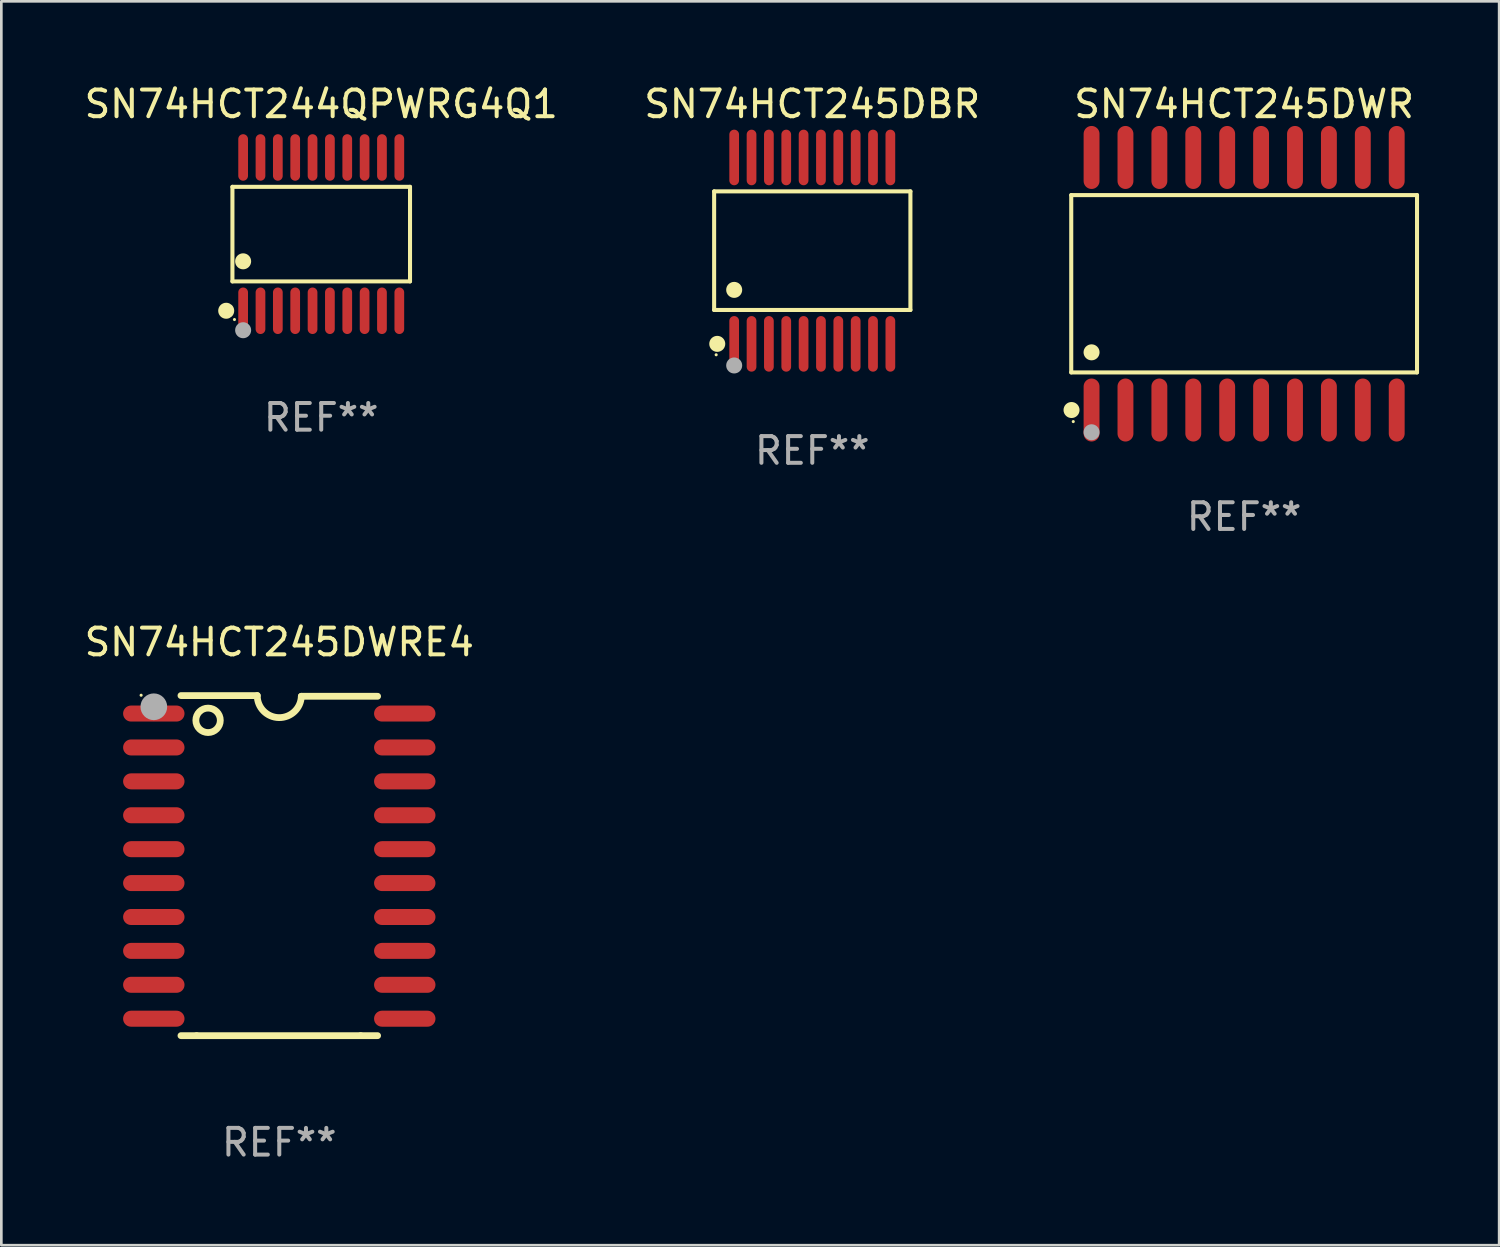
<source format=kicad_pcb>
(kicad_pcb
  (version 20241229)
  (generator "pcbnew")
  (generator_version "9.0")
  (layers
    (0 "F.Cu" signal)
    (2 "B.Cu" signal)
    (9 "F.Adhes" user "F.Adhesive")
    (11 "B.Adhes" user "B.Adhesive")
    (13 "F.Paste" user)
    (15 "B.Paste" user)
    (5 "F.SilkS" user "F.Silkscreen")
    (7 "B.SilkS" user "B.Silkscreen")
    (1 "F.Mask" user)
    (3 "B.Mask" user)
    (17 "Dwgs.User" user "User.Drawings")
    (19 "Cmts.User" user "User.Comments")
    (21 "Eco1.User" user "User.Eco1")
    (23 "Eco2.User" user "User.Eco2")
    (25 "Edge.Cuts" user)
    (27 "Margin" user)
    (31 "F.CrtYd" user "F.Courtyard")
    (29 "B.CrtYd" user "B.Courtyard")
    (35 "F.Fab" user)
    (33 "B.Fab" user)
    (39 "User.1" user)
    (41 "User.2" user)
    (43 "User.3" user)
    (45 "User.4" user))
  (footprint "SN74HCT245DBR"
    (layer "F.Cu")
    (at 27.375 6.339)
    (property "Reference" "SN74HCT245DBR" (at 0 -5.491 0) (layer "F.SilkS") (effects (font (size 1 1) (thickness 0.15))))
    (attr through_hole)
    (fp_line (start -3.676 -2.221) (end 3.676 -2.221) (stroke (width 0.152) (type solid)) (layer "F.SilkS"))
    (fp_line (start -3.676 2.221) (end -3.676 -2.221) (stroke (width 0.152) (type solid)) (layer "F.SilkS"))
    (fp_line (start 3.676 -2.221) (end 3.676 2.221) (stroke (width 0.152) (type solid)) (layer "F.SilkS"))
    (fp_line (start 3.676 2.221) (end -3.676 2.221) (stroke (width 0.152) (type solid)) (layer "F.SilkS"))
    (fp_circle (center -3.6 3.9) (end -3.57 3.9) (stroke (width 0.06) (type solid)) (fill no) (layer "F.SilkS"))
    (fp_circle (center -3.559 3.491) (end -3.409 3.491) (stroke (width 0.3) (type solid)) (fill no) (layer "F.SilkS"))
    (fp_circle (center -2.925 1.469) (end -2.775 1.469) (stroke (width 0.3) (type solid)) (fill no) (layer "F.SilkS"))
    (fp_circle (center -2.925 4.3) (end -2.775 4.3) (stroke (width 0.3) (type solid)) (fill no) (layer "F.Fab"))
    (fp_text user "REF**" (at 0 7.491 0) (layer "F.Fab") (effects (font (size 1 1) (thickness 0.15))))
    (pad "1" smd oval (at -2.925 3.491) (size 0.364 2.082) (layers "F.Cu" "F.Mask" "F.Paste"))
    (pad "2" smd oval (at -2.275 3.491) (size 0.364 2.082) (layers "F.Cu" "F.Mask" "F.Paste"))
    (pad "3" smd oval (at -1.625 3.491) (size 0.364 2.082) (layers "F.Cu" "F.Mask" "F.Paste"))
    (pad "4" smd oval (at -0.975 3.491) (size 0.364 2.082) (layers "F.Cu" "F.Mask" "F.Paste"))
    (pad "5" smd oval (at -0.325 3.491) (size 0.364 2.082) (layers "F.Cu" "F.Mask" "F.Paste"))
    (pad "6" smd oval (at 0.325 3.491) (size 0.364 2.082) (layers "F.Cu" "F.Mask" "F.Paste"))
    (pad "7" smd oval (at 0.975 3.491) (size 0.364 2.082) (layers "F.Cu" "F.Mask" "F.Paste"))
    (pad "8" smd oval (at 1.625 3.491) (size 0.364 2.082) (layers "F.Cu" "F.Mask" "F.Paste"))
    (pad "9" smd oval (at 2.275 3.491) (size 0.364 2.082) (layers "F.Cu" "F.Mask" "F.Paste"))
    (pad "10" smd oval (at 2.925 3.491) (size 0.364 2.082) (layers "F.Cu" "F.Mask" "F.Paste"))
    (pad "11" smd oval (at 2.925 -3.491) (size 0.364 2.082) (layers "F.Cu" "F.Mask" "F.Paste"))
    (pad "12" smd oval (at 2.275 -3.491) (size 0.364 2.082) (layers "F.Cu" "F.Mask" "F.Paste"))
    (pad "13" smd oval (at 1.625 -3.491) (size 0.364 2.082) (layers "F.Cu" "F.Mask" "F.Paste"))
    (pad "14" smd oval (at 0.975 -3.491) (size 0.364 2.082) (layers "F.Cu" "F.Mask" "F.Paste"))
    (pad "15" smd oval (at 0.325 -3.491) (size 0.364 2.082) (layers "F.Cu" "F.Mask" "F.Paste"))
    (pad "16" smd oval (at -0.325 -3.491) (size 0.364 2.082) (layers "F.Cu" "F.Mask" "F.Paste"))
    (pad "17" smd oval (at -0.975 -3.491) (size 0.364 2.082) (layers "F.Cu" "F.Mask" "F.Paste"))
    (pad "18" smd oval (at -1.625 -3.491) (size 0.364 2.082) (layers "F.Cu" "F.Mask" "F.Paste"))
    (pad "19" smd oval (at -2.275 -3.491) (size 0.364 2.082) (layers "F.Cu" "F.Mask" "F.Paste"))
    (pad "20" smd oval (at -2.925 -3.491) (size 0.364 2.082) (layers "F.Cu" "F.Mask" "F.Paste")))
  (footprint "SN74HCT244QPWRG4Q1"
    (layer "F.Cu")
    (at 8.982 5.719)
    (property "Reference" "SN74HCT244QPWRG4Q1" (at 0 -4.871 0) (layer "F.SilkS") (effects (font (size 1 1) (thickness 0.15))))
    (attr through_hole)
    (fp_line (start -3.326 -1.771) (end 3.326 -1.771) (stroke (width 0.152) (type solid)) (layer "F.SilkS"))
    (fp_line (start -3.326 1.771) (end -3.326 -1.771) (stroke (width 0.152) (type solid)) (layer "F.SilkS"))
    (fp_line (start 3.326 -1.771) (end 3.326 1.771) (stroke (width 0.152) (type solid)) (layer "F.SilkS"))
    (fp_line (start 3.326 1.771) (end -3.326 1.771) (stroke (width 0.152) (type solid)) (layer "F.SilkS"))
    (fp_circle (center -3.559 2.871) (end -3.409 2.871) (stroke (width 0.3) (type solid)) (fill no) (layer "F.SilkS"))
    (fp_circle (center -3.25 3.2) (end -3.22 3.2) (stroke (width 0.06) (type solid)) (fill no) (layer "F.SilkS"))
    (fp_circle (center -2.925 1.019) (end -2.775 1.019) (stroke (width 0.3) (type solid)) (fill no) (layer "F.SilkS"))
    (fp_circle (center -2.925 3.6) (end -2.775 3.6) (stroke (width 0.3) (type solid)) (fill no) (layer "F.Fab"))
    (fp_text user "REF**" (at 0 6.871 0) (layer "F.Fab") (effects (font (size 1 1) (thickness 0.15))))
    (pad "1" smd oval (at -2.925 2.871) (size 0.364 1.742) (layers "F.Cu" "F.Mask" "F.Paste"))
    (pad "2" smd oval (at -2.275 2.871) (size 0.364 1.742) (layers "F.Cu" "F.Mask" "F.Paste"))
    (pad "3" smd oval (at -1.625 2.871) (size 0.364 1.742) (layers "F.Cu" "F.Mask" "F.Paste"))
    (pad "4" smd oval (at -0.975 2.871) (size 0.364 1.742) (layers "F.Cu" "F.Mask" "F.Paste"))
    (pad "5" smd oval (at -0.325 2.871) (size 0.364 1.742) (layers "F.Cu" "F.Mask" "F.Paste"))
    (pad "6" smd oval (at 0.325 2.871) (size 0.364 1.742) (layers "F.Cu" "F.Mask" "F.Paste"))
    (pad "7" smd oval (at 0.975 2.871) (size 0.364 1.742) (layers "F.Cu" "F.Mask" "F.Paste"))
    (pad "8" smd oval (at 1.625 2.871) (size 0.364 1.742) (layers "F.Cu" "F.Mask" "F.Paste"))
    (pad "9" smd oval (at 2.275 2.871) (size 0.364 1.742) (layers "F.Cu" "F.Mask" "F.Paste"))
    (pad "10" smd oval (at 2.925 2.871) (size 0.364 1.742) (layers "F.Cu" "F.Mask" "F.Paste"))
    (pad "11" smd oval (at 2.925 -2.871) (size 0.364 1.742) (layers "F.Cu" "F.Mask" "F.Paste"))
    (pad "12" smd oval (at 2.275 -2.871) (size 0.364 1.742) (layers "F.Cu" "F.Mask" "F.Paste"))
    (pad "13" smd oval (at 1.625 -2.871) (size 0.364 1.742) (layers "F.Cu" "F.Mask" "F.Paste"))
    (pad "14" smd oval (at 0.975 -2.871) (size 0.364 1.742) (layers "F.Cu" "F.Mask" "F.Paste"))
    (pad "15" smd oval (at 0.325 -2.871) (size 0.364 1.742) (layers "F.Cu" "F.Mask" "F.Paste"))
    (pad "16" smd oval (at -0.325 -2.871) (size 0.364 1.742) (layers "F.Cu" "F.Mask" "F.Paste"))
    (pad "17" smd oval (at -0.975 -2.871) (size 0.364 1.742) (layers "F.Cu" "F.Mask" "F.Paste"))
    (pad "18" smd oval (at -1.625 -2.871) (size 0.364 1.742) (layers "F.Cu" "F.Mask" "F.Paste"))
    (pad "19" smd oval (at -2.275 -2.871) (size 0.364 1.742) (layers "F.Cu" "F.Mask" "F.Paste"))
    (pad "20" smd oval (at -2.925 -2.871) (size 0.364 1.742) (layers "F.Cu" "F.Mask" "F.Paste")))
  (footprint "SN74HCT245DWRE4"
    (layer "F.Cu")
    (at 7.411 29.373)
    (property "Reference" "SN74HCT245DWRE4" (at 0 -8.369 0) (layer "F.SilkS") (effects (font (size 1 1) (thickness 0.15))))
    (attr through_hole)
    (fp_line (start -3.096 6.369) (end -3.683 6.369) (stroke (width 0.254) (type solid)) (layer "F.SilkS"))
    (fp_line (start -0.825 -6.369) (end -3.683 -6.369) (stroke (width 0.254) (type solid)) (layer "F.SilkS"))
    (fp_line (start 0.826 -6.343) (end 3.683 -6.343) (stroke (width 0.254) (type solid)) (layer "F.SilkS"))
    (fp_line (start 3.048 6.369) (end -3.096 6.369) (stroke (width 0.254) (type solid)) (layer "F.SilkS"))
    (fp_line (start 3.048 6.369) (end 3.683 6.369) (stroke (width 0.254) (type solid)) (layer "F.SilkS"))
    (fp_arc (start 0.825527 -6.343129) (mid -0.012478 -5.543126) (end -0.825476 -6.36853) (stroke (width 0.254001) (type solid)) (layer "F.SilkS"))
    (fp_circle (center -5.175 -6.382) (end -5.145 -6.382) (stroke (width 0.06) (type solid)) (fill no) (layer "F.SilkS"))
    (fp_circle (center -2.667 -5.442) (end -2.209 -5.442) (stroke (width 0.254) (type solid)) (fill no) (layer "F.SilkS"))
    (fp_circle (center -4.699 -5.95) (end -4.449 -5.95) (stroke (width 0.5) (type solid)) (fill no) (layer "F.Fab"))
    (fp_text user "REF**" (at 0 10.369 0) (layer "F.Fab") (effects (font (size 1 1) (thickness 0.15))))
    (pad "1" smd oval (at -4.7 -5.696 90) (size 0.6 2.3) (layers "F.Cu" "F.Mask" "F.Paste"))
    (pad "2" smd oval (at -4.7 -4.426 90) (size 0.6 2.3) (layers "F.Cu" "F.Mask" "F.Paste"))
    (pad "3" smd oval (at -4.7 -3.156 90) (size 0.6 2.3) (layers "F.Cu" "F.Mask" "F.Paste"))
    (pad "4" smd oval (at -4.7 -1.886 90) (size 0.6 2.3) (layers "F.Cu" "F.Mask" "F.Paste"))
    (pad "5" smd oval (at -4.7 -0.616 90) (size 0.6 2.3) (layers "F.Cu" "F.Mask" "F.Paste"))
    (pad "6" smd oval (at -4.7 0.654 90) (size 0.6 2.3) (layers "F.Cu" "F.Mask" "F.Paste"))
    (pad "7" smd oval (at -4.7 1.924 90) (size 0.6 2.3) (layers "F.Cu" "F.Mask" "F.Paste"))
    (pad "8" smd oval (at -4.7 3.194 90) (size 0.6 2.3) (layers "F.Cu" "F.Mask" "F.Paste"))
    (pad "9" smd oval (at -4.7 4.464 90) (size 0.6 2.3) (layers "F.Cu" "F.Mask" "F.Paste"))
    (pad "10" smd oval (at -4.7 5.734 90) (size 0.6 2.3) (layers "F.Cu" "F.Mask" "F.Paste"))
    (pad "11" smd oval (at 4.7 5.734 90) (size 0.6 2.3) (layers "F.Cu" "F.Mask" "F.Paste"))
    (pad "12" smd oval (at 4.7 4.464 90) (size 0.6 2.3) (layers "F.Cu" "F.Mask" "F.Paste"))
    (pad "13" smd oval (at 4.7 3.194 90) (size 0.6 2.3) (layers "F.Cu" "F.Mask" "F.Paste"))
    (pad "14" smd oval (at 4.7 1.924 90) (size 0.6 2.3) (layers "F.Cu" "F.Mask" "F.Paste"))
    (pad "15" smd oval (at 4.7 0.654 90) (size 0.6 2.3) (layers "F.Cu" "F.Mask" "F.Paste"))
    (pad "16" smd oval (at 4.7 -0.616 90) (size 0.6 2.3) (layers "F.Cu" "F.Mask" "F.Paste"))
    (pad "17" smd oval (at 4.7 -1.886 90) (size 0.6 2.3) (layers "F.Cu" "F.Mask" "F.Paste"))
    (pad "18" smd oval (at 4.7 -3.156 90) (size 0.6 2.3) (layers "F.Cu" "F.Mask" "F.Paste"))
    (pad "19" smd oval (at 4.7 -4.426 90) (size 0.6 2.3) (layers "F.Cu" "F.Mask" "F.Paste"))
    (pad "20" smd oval (at 4.7 -5.696 90) (size 0.6 2.3) (layers "F.Cu" "F.Mask" "F.Paste")))
  (footprint "SN74HCT245DWR"
    (layer "F.Cu")
    (at 43.551 7.578)
    (property "Reference" "SN74HCT245DWR" (at 0 -6.73 0) (layer "F.SilkS") (effects (font (size 1 1) (thickness 0.15))))
    (attr through_hole)
    (fp_line (start -6.476 -3.321) (end 6.476 -3.321) (stroke (width 0.152) (type solid)) (layer "F.SilkS"))
    (fp_line (start -6.476 3.321) (end -6.476 -3.321) (stroke (width 0.152) (type solid)) (layer "F.SilkS"))
    (fp_line (start 6.476 -3.321) (end 6.476 3.321) (stroke (width 0.152) (type solid)) (layer "F.SilkS"))
    (fp_line (start 6.476 3.321) (end -6.476 3.321) (stroke (width 0.152) (type solid)) (layer "F.SilkS"))
    (fp_circle (center -6.465 4.73) (end -6.315 4.73) (stroke (width 0.3) (type solid)) (fill no) (layer "F.SilkS"))
    (fp_circle (center -6.4 5.163) (end -6.37 5.163) (stroke (width 0.06) (type solid)) (fill no) (layer "F.SilkS"))
    (fp_circle (center -5.715 2.569) (end -5.565 2.569) (stroke (width 0.3) (type solid)) (fill no) (layer "F.SilkS"))
    (fp_circle (center -5.715 5.563) (end -5.565 5.563) (stroke (width 0.3) (type solid)) (fill no) (layer "F.Fab"))
    (fp_text user "REF**" (at 0 8.73 0) (layer "F.Fab") (effects (font (size 1 1) (thickness 0.15))))
    (pad "1" smd oval (at -5.715 4.73) (size 0.595 2.36) (layers "F.Cu" "F.Mask" "F.Paste"))
    (pad "2" smd oval (at -4.445 4.73) (size 0.595 2.36) (layers "F.Cu" "F.Mask" "F.Paste"))
    (pad "3" smd oval (at -3.175 4.73) (size 0.595 2.36) (layers "F.Cu" "F.Mask" "F.Paste"))
    (pad "4" smd oval (at -1.905 4.73) (size 0.595 2.36) (layers "F.Cu" "F.Mask" "F.Paste"))
    (pad "5" smd oval (at -0.635 4.73) (size 0.595 2.36) (layers "F.Cu" "F.Mask" "F.Paste"))
    (pad "6" smd oval (at 0.635 4.73) (size 0.595 2.36) (layers "F.Cu" "F.Mask" "F.Paste"))
    (pad "7" smd oval (at 1.905 4.73) (size 0.595 2.36) (layers "F.Cu" "F.Mask" "F.Paste"))
    (pad "8" smd oval (at 3.175 4.73) (size 0.595 2.36) (layers "F.Cu" "F.Mask" "F.Paste"))
    (pad "9" smd oval (at 4.445 4.73) (size 0.595 2.36) (layers "F.Cu" "F.Mask" "F.Paste"))
    (pad "10" smd oval (at 5.715 4.73) (size 0.595 2.36) (layers "F.Cu" "F.Mask" "F.Paste"))
    (pad "11" smd oval (at 5.715 -4.73) (size 0.595 2.36) (layers "F.Cu" "F.Mask" "F.Paste"))
    (pad "12" smd oval (at 4.445 -4.73) (size 0.595 2.36) (layers "F.Cu" "F.Mask" "F.Paste"))
    (pad "13" smd oval (at 3.175 -4.73) (size 0.595 2.36) (layers "F.Cu" "F.Mask" "F.Paste"))
    (pad "14" smd oval (at 1.905 -4.73) (size 0.595 2.36) (layers "F.Cu" "F.Mask" "F.Paste"))
    (pad "15" smd oval (at 0.635 -4.73) (size 0.595 2.36) (layers "F.Cu" "F.Mask" "F.Paste"))
    (pad "16" smd oval (at -0.635 -4.73) (size 0.595 2.36) (layers "F.Cu" "F.Mask" "F.Paste"))
    (pad "17" smd oval (at -1.905 -4.73) (size 0.595 2.36) (layers "F.Cu" "F.Mask" "F.Paste"))
    (pad "18" smd oval (at -3.175 -4.73) (size 0.595 2.36) (layers "F.Cu" "F.Mask" "F.Paste"))
    (pad "19" smd oval (at -4.445 -4.73) (size 0.595 2.36) (layers "F.Cu" "F.Mask" "F.Paste"))
    (pad "20" smd oval (at -5.715 -4.73) (size 0.595 2.36) (layers "F.Cu" "F.Mask" "F.Paste")))
  (gr_rect
    (start -3 -3)
    (end 53.103 43.59)
    (stroke (width 0.1) (type default))
    (fill no)
    (layer "Edge.Cuts")))
</source>
